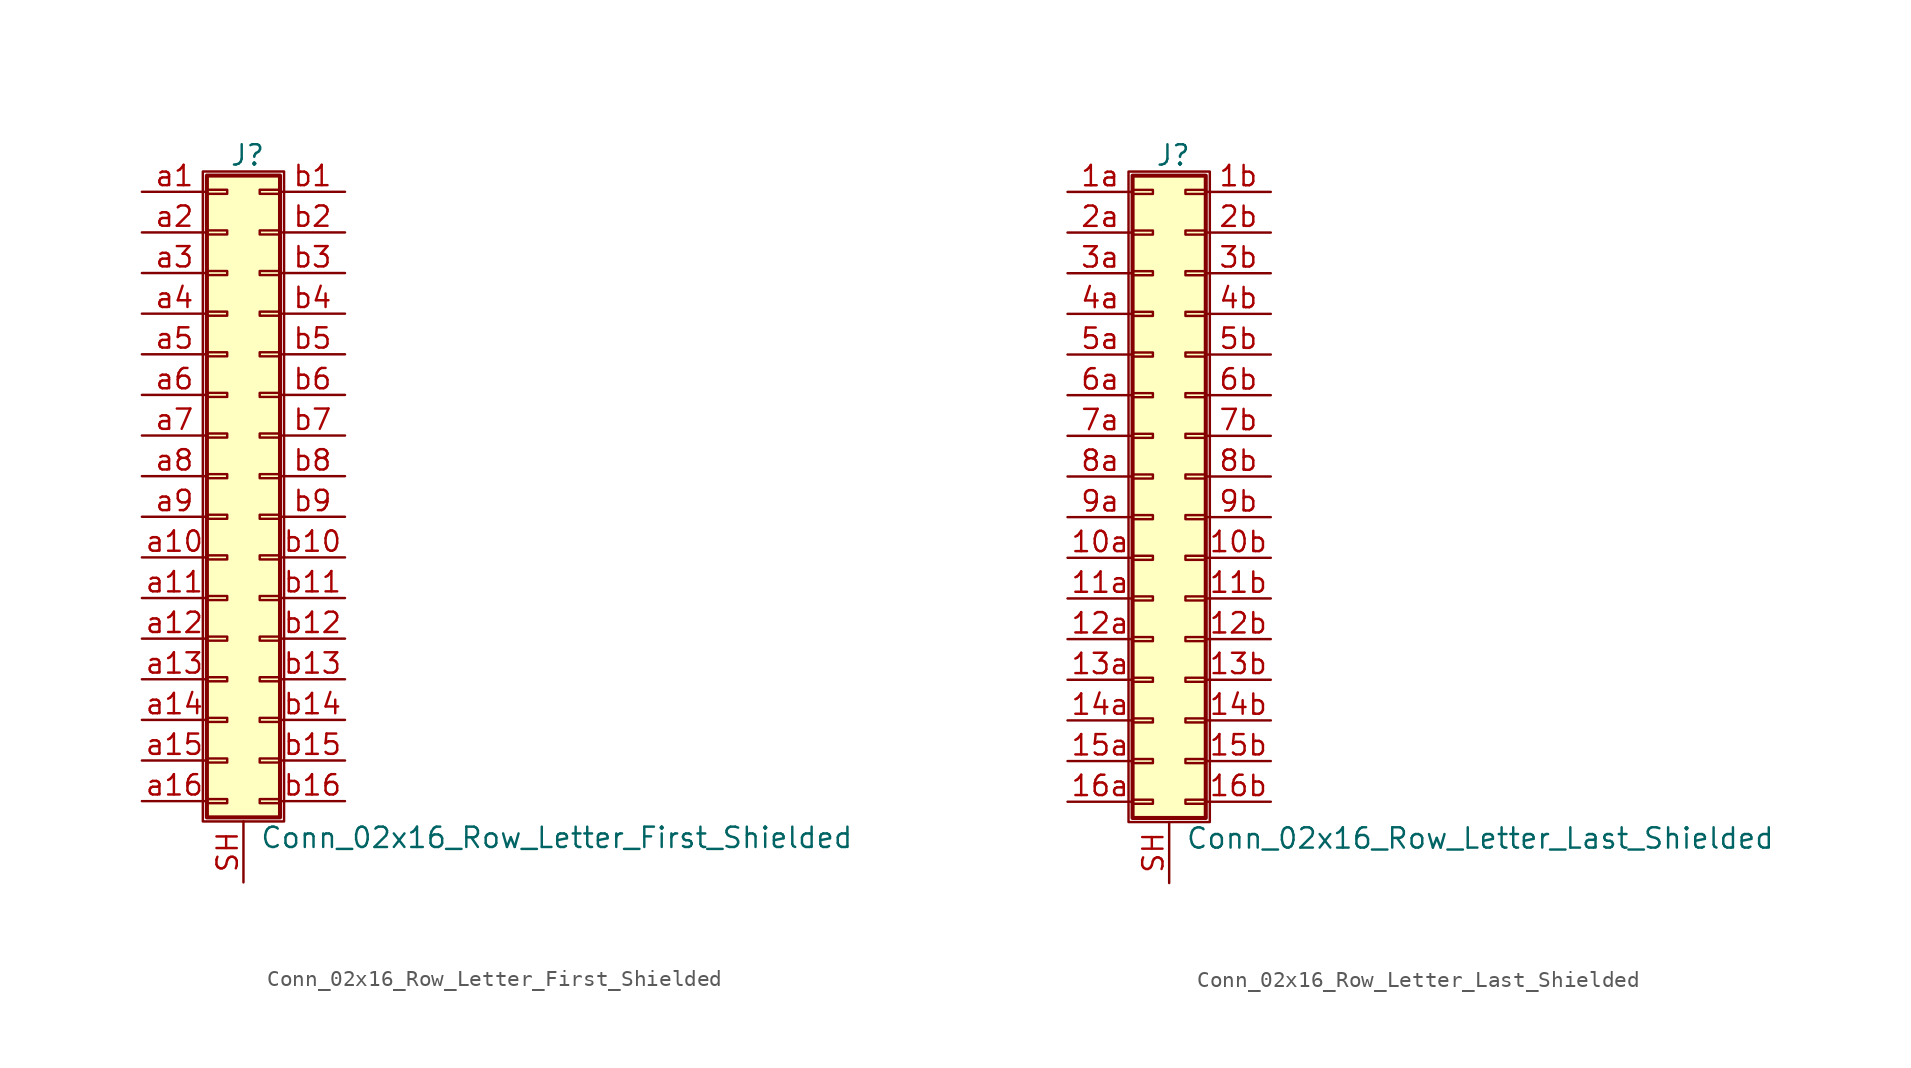
<source format=kicad_sym>
(kicad_symbol_lib
  (version 20211014)
  (generator kicad_symbol_editor)
  (symbol "Conn_02x16_Row_Letter_First_Shielded"
    (pin_names
      (offset 1.016) hide)
    (property "Reference" "J"
      (at 1.524 20.066 0)
      (effects (font (size 1.27 1.27))))
    (property "Value" "Conn_02x16_Row_Letter_First_Shielded"
      (at 2.286 -22.606 0)
      (effects (font (size 1.27 1.27)) (justify left)))
    (symbol "Conn_02x16_Row_Letter_First_Shielded_1_1"
      (rectangle (start -1.27 19.05) (end 3.81 -21.59) (stroke (width 0.152) (type default) (color 0 0 0 0)) (fill (type none)))
      (rectangle (start -1.016 -20.193) (end 0.254 -20.447) (stroke (width 0.152) (type default) (color 0 0 0 0)) (fill (type none)))
      (rectangle (start -1.016 -17.653) (end 0.254 -17.907) (stroke (width 0.152) (type default) (color 0 0 0 0)) (fill (type none)))
      (rectangle (start -1.016 -15.113) (end 0.254 -15.367) (stroke (width 0.152) (type default) (color 0 0 0 0)) (fill (type none)))
      (rectangle (start -1.016 -12.573) (end 0.254 -12.827) (stroke (width 0.152) (type default) (color 0 0 0 0)) (fill (type none)))
      (rectangle (start -1.016 -10.033) (end 0.254 -10.287) (stroke (width 0.152) (type default) (color 0 0 0 0)) (fill (type none)))
      (rectangle (start -1.016 -7.493) (end 0.254 -7.747) (stroke (width 0.152) (type default) (color 0 0 0 0)) (fill (type none)))
      (rectangle (start -1.016 -4.953) (end 0.254 -5.207) (stroke (width 0.152) (type default) (color 0 0 0 0)) (fill (type none)))
      (rectangle (start -1.016 -2.413) (end 0.254 -2.667) (stroke (width 0.152) (type default) (color 0 0 0 0)) (fill (type none)))
      (rectangle (start -1.016 0.127) (end 0.254 -0.127) (stroke (width 0.152) (type default) (color 0 0 0 0)) (fill (type none)))
      (rectangle (start -1.016 2.667) (end 0.254 2.413) (stroke (width 0.152) (type default) (color 0 0 0 0)) (fill (type none)))
      (rectangle (start -1.016 5.207) (end 0.254 4.953) (stroke (width 0.152) (type default) (color 0 0 0 0)) (fill (type none)))
      (rectangle (start -1.016 7.747) (end 0.254 7.493) (stroke (width 0.152) (type default) (color 0 0 0 0)) (fill (type none)))
      (rectangle (start -1.016 10.287) (end 0.254 10.033) (stroke (width 0.152) (type default) (color 0 0 0 0)) (fill (type none)))
      (rectangle (start -1.016 12.827) (end 0.254 12.573) (stroke (width 0.152) (type default) (color 0 0 0 0)) (fill (type none)))
      (rectangle (start -1.016 15.367) (end 0.254 15.113) (stroke (width 0.152) (type default) (color 0 0 0 0)) (fill (type none)))
      (rectangle (start -1.016 17.907) (end 0.254 17.653) (stroke (width 0.152) (type default) (color 0 0 0 0)) (fill (type none)))
      (rectangle (start -1.016 18.796) (end 3.556 -21.336) (stroke (width 0.254) (type default) (color 0 0 0 0)) (fill (type background)))
      (rectangle (start 3.556 -20.193) (end 2.286 -20.447) (stroke (width 0.152) (type default) (color 0 0 0 0)) (fill (type none)))
      (rectangle (start 3.556 -17.653) (end 2.286 -17.907) (stroke (width 0.152) (type default) (color 0 0 0 0)) (fill (type none)))
      (rectangle (start 3.556 -15.113) (end 2.286 -15.367) (stroke (width 0.152) (type default) (color 0 0 0 0)) (fill (type none)))
      (rectangle (start 3.556 -12.573) (end 2.286 -12.827) (stroke (width 0.152) (type default) (color 0 0 0 0)) (fill (type none)))
      (rectangle (start 3.556 -10.033) (end 2.286 -10.287) (stroke (width 0.152) (type default) (color 0 0 0 0)) (fill (type none)))
      (rectangle (start 3.556 -7.493) (end 2.286 -7.747) (stroke (width 0.152) (type default) (color 0 0 0 0)) (fill (type none)))
      (rectangle (start 3.556 -4.953) (end 2.286 -5.207) (stroke (width 0.152) (type default) (color 0 0 0 0)) (fill (type none)))
      (rectangle (start 3.556 -2.413) (end 2.286 -2.667) (stroke (width 0.152) (type default) (color 0 0 0 0)) (fill (type none)))
      (rectangle (start 3.556 0.127) (end 2.286 -0.127) (stroke (width 0.152) (type default) (color 0 0 0 0)) (fill (type none)))
      (rectangle (start 3.556 2.667) (end 2.286 2.413) (stroke (width 0.152) (type default) (color 0 0 0 0)) (fill (type none)))
      (rectangle (start 3.556 5.207) (end 2.286 4.953) (stroke (width 0.152) (type default) (color 0 0 0 0)) (fill (type none)))
      (rectangle (start 3.556 7.747) (end 2.286 7.493) (stroke (width 0.152) (type default) (color 0 0 0 0)) (fill (type none)))
      (rectangle (start 3.556 10.287) (end 2.286 10.033) (stroke (width 0.152) (type default) (color 0 0 0 0)) (fill (type none)))
      (rectangle (start 3.556 12.827) (end 2.286 12.573) (stroke (width 0.152) (type default) (color 0 0 0 0)) (fill (type none)))
      (rectangle (start 3.556 15.367) (end 2.286 15.113) (stroke (width 0.152) (type default) (color 0 0 0 0)) (fill (type none)))
      (rectangle (start 3.556 17.907) (end 2.286 17.653) (stroke (width 0.152) (type default) (color 0 0 0 0)) (fill (type none)))
      (pin passive line (at 1.27 -25.4 90) (length 3.81) (name "Shield" (effects (font (size 1.27 1.27)))) (number "SH" (effects (font (size 1.27 1.27)))))
      (pin passive line (at -5.08 17.78 0) (length 4.064) (name "Pin_a1" (effects (font (size 1.27 1.27)))) (number "a1" (effects (font (size 1.27 1.27)))))
      (pin passive line (at -5.08 -5.08 0) (length 4.064) (name "Pin_a10" (effects (font (size 1.27 1.27)))) (number "a10" (effects (font (size 1.27 1.27)))))
      (pin passive line (at -5.08 -7.62 0) (length 4.064) (name "Pin_a11" (effects (font (size 1.27 1.27)))) (number "a11" (effects (font (size 1.27 1.27)))))
      (pin passive line (at -5.08 -10.16 0) (length 4.064) (name "Pin_a12" (effects (font (size 1.27 1.27)))) (number "a12" (effects (font (size 1.27 1.27)))))
      (pin passive line (at -5.08 -12.7 0) (length 4.064) (name "Pin_a13" (effects (font (size 1.27 1.27)))) (number "a13" (effects (font (size 1.27 1.27)))))
      (pin passive line (at -5.08 -15.24 0) (length 4.064) (name "Pin_a14" (effects (font (size 1.27 1.27)))) (number "a14" (effects (font (size 1.27 1.27)))))
      (pin passive line (at -5.08 -17.78 0) (length 4.064) (name "Pin_a15" (effects (font (size 1.27 1.27)))) (number "a15" (effects (font (size 1.27 1.27)))))
      (pin passive line (at -5.08 -20.32 0) (length 4.064) (name "Pin_a16" (effects (font (size 1.27 1.27)))) (number "a16" (effects (font (size 1.27 1.27)))))
      (pin passive line (at -5.08 15.24 0) (length 4.064) (name "Pin_a2" (effects (font (size 1.27 1.27)))) (number "a2" (effects (font (size 1.27 1.27)))))
      (pin passive line (at -5.08 12.7 0) (length 4.064) (name "Pin_a3" (effects (font (size 1.27 1.27)))) (number "a3" (effects (font (size 1.27 1.27)))))
      (pin passive line (at -5.08 10.16 0) (length 4.064) (name "Pin_a4" (effects (font (size 1.27 1.27)))) (number "a4" (effects (font (size 1.27 1.27)))))
      (pin passive line (at -5.08 7.62 0) (length 4.064) (name "Pin_a5" (effects (font (size 1.27 1.27)))) (number "a5" (effects (font (size 1.27 1.27)))))
      (pin passive line (at -5.08 5.08 0) (length 4.064) (name "Pin_a6" (effects (font (size 1.27 1.27)))) (number "a6" (effects (font (size 1.27 1.27)))))
      (pin passive line (at -5.08 2.54 0) (length 4.064) (name "Pin_a7" (effects (font (size 1.27 1.27)))) (number "a7" (effects (font (size 1.27 1.27)))))
      (pin passive line (at -5.08 0 0) (length 4.064) (name "Pin_a8" (effects (font (size 1.27 1.27)))) (number "a8" (effects (font (size 1.27 1.27)))))
      (pin passive line (at -5.08 -2.54 0) (length 4.064) (name "Pin_a9" (effects (font (size 1.27 1.27)))) (number "a9" (effects (font (size 1.27 1.27)))))
      (pin passive line (at 7.62 17.78 180) (length 4.064) (name "Pin_b1" (effects (font (size 1.27 1.27)))) (number "b1" (effects (font (size 1.27 1.27)))))
      (pin passive line (at 7.62 -5.08 180) (length 4.064) (name "Pin_b10" (effects (font (size 1.27 1.27)))) (number "b10" (effects (font (size 1.27 1.27)))))
      (pin passive line (at 7.62 -7.62 180) (length 4.064) (name "Pin_b11" (effects (font (size 1.27 1.27)))) (number "b11" (effects (font (size 1.27 1.27)))))
      (pin passive line (at 7.62 -10.16 180) (length 4.064) (name "Pin_b12" (effects (font (size 1.27 1.27)))) (number "b12" (effects (font (size 1.27 1.27)))))
      (pin passive line (at 7.62 -12.7 180) (length 4.064) (name "Pin_b13" (effects (font (size 1.27 1.27)))) (number "b13" (effects (font (size 1.27 1.27)))))
      (pin passive line (at 7.62 -15.24 180) (length 4.064) (name "Pin_b14" (effects (font (size 1.27 1.27)))) (number "b14" (effects (font (size 1.27 1.27)))))
      (pin passive line (at 7.62 -17.78 180) (length 4.064) (name "Pin_b15" (effects (font (size 1.27 1.27)))) (number "b15" (effects (font (size 1.27 1.27)))))
      (pin passive line (at 7.62 -20.32 180) (length 4.064) (name "Pin_b16" (effects (font (size 1.27 1.27)))) (number "b16" (effects (font (size 1.27 1.27)))))
      (pin passive line (at 7.62 15.24 180) (length 4.064) (name "Pin_b2" (effects (font (size 1.27 1.27)))) (number "b2" (effects (font (size 1.27 1.27)))))
      (pin passive line (at 7.62 12.7 180) (length 4.064) (name "Pin_b3" (effects (font (size 1.27 1.27)))) (number "b3" (effects (font (size 1.27 1.27)))))
      (pin passive line (at 7.62 10.16 180) (length 4.064) (name "Pin_b4" (effects (font (size 1.27 1.27)))) (number "b4" (effects (font (size 1.27 1.27)))))
      (pin passive line (at 7.62 7.62 180) (length 4.064) (name "Pin_b5" (effects (font (size 1.27 1.27)))) (number "b5" (effects (font (size 1.27 1.27)))))
      (pin passive line (at 7.62 5.08 180) (length 4.064) (name "Pin_b6" (effects (font (size 1.27 1.27)))) (number "b6" (effects (font (size 1.27 1.27)))))
      (pin passive line (at 7.62 2.54 180) (length 4.064) (name "Pin_b7" (effects (font (size 1.27 1.27)))) (number "b7" (effects (font (size 1.27 1.27)))))
      (pin passive line (at 7.62 0 180) (length 4.064) (name "Pin_b8" (effects (font (size 1.27 1.27)))) (number "b8" (effects (font (size 1.27 1.27)))))
      (pin passive line (at 7.62 -2.54 180) (length 4.064) (name "Pin_b9" (effects (font (size 1.27 1.27)))) (number "b9" (effects (font (size 1.27 1.27)))))))
  (symbol "Conn_02x16_Row_Letter_Last_Shielded"
    (pin_names
      (offset 1.016) hide)
    (property "Reference" "J"
      (at 1.524 20.066 0)
      (effects (font (size 1.27 1.27))))
    (property "Value" "Conn_02x16_Row_Letter_Last_Shielded"
      (at 2.286 -22.606 0)
      (effects (font (size 1.27 1.27)) (justify left)))
    (symbol "Conn_02x16_Row_Letter_Last_Shielded_1_1"
      (rectangle (start -1.27 19.05) (end 3.81 -21.59) (stroke (width 0.152) (type default) (color 0 0 0 0)) (fill (type none)))
      (rectangle (start -1.016 -20.193) (end 0.254 -20.447) (stroke (width 0.152) (type default) (color 0 0 0 0)) (fill (type none)))
      (rectangle (start -1.016 -17.653) (end 0.254 -17.907) (stroke (width 0.152) (type default) (color 0 0 0 0)) (fill (type none)))
      (rectangle (start -1.016 -15.113) (end 0.254 -15.367) (stroke (width 0.152) (type default) (color 0 0 0 0)) (fill (type none)))
      (rectangle (start -1.016 -12.573) (end 0.254 -12.827) (stroke (width 0.152) (type default) (color 0 0 0 0)) (fill (type none)))
      (rectangle (start -1.016 -10.033) (end 0.254 -10.287) (stroke (width 0.152) (type default) (color 0 0 0 0)) (fill (type none)))
      (rectangle (start -1.016 -7.493) (end 0.254 -7.747) (stroke (width 0.152) (type default) (color 0 0 0 0)) (fill (type none)))
      (rectangle (start -1.016 -4.953) (end 0.254 -5.207) (stroke (width 0.152) (type default) (color 0 0 0 0)) (fill (type none)))
      (rectangle (start -1.016 -2.413) (end 0.254 -2.667) (stroke (width 0.152) (type default) (color 0 0 0 0)) (fill (type none)))
      (rectangle (start -1.016 0.127) (end 0.254 -0.127) (stroke (width 0.152) (type default) (color 0 0 0 0)) (fill (type none)))
      (rectangle (start -1.016 2.667) (end 0.254 2.413) (stroke (width 0.152) (type default) (color 0 0 0 0)) (fill (type none)))
      (rectangle (start -1.016 5.207) (end 0.254 4.953) (stroke (width 0.152) (type default) (color 0 0 0 0)) (fill (type none)))
      (rectangle (start -1.016 7.747) (end 0.254 7.493) (stroke (width 0.152) (type default) (color 0 0 0 0)) (fill (type none)))
      (rectangle (start -1.016 10.287) (end 0.254 10.033) (stroke (width 0.152) (type default) (color 0 0 0 0)) (fill (type none)))
      (rectangle (start -1.016 12.827) (end 0.254 12.573) (stroke (width 0.152) (type default) (color 0 0 0 0)) (fill (type none)))
      (rectangle (start -1.016 15.367) (end 0.254 15.113) (stroke (width 0.152) (type default) (color 0 0 0 0)) (fill (type none)))
      (rectangle (start -1.016 17.907) (end 0.254 17.653) (stroke (width 0.152) (type default) (color 0 0 0 0)) (fill (type none)))
      (rectangle (start -1.016 18.796) (end 3.556 -21.336) (stroke (width 0.254) (type default) (color 0 0 0 0)) (fill (type background)))
      (rectangle (start 3.556 -20.193) (end 2.286 -20.447) (stroke (width 0.152) (type default) (color 0 0 0 0)) (fill (type none)))
      (rectangle (start 3.556 -17.653) (end 2.286 -17.907) (stroke (width 0.152) (type default) (color 0 0 0 0)) (fill (type none)))
      (rectangle (start 3.556 -15.113) (end 2.286 -15.367) (stroke (width 0.152) (type default) (color 0 0 0 0)) (fill (type none)))
      (rectangle (start 3.556 -12.573) (end 2.286 -12.827) (stroke (width 0.152) (type default) (color 0 0 0 0)) (fill (type none)))
      (rectangle (start 3.556 -10.033) (end 2.286 -10.287) (stroke (width 0.152) (type default) (color 0 0 0 0)) (fill (type none)))
      (rectangle (start 3.556 -7.493) (end 2.286 -7.747) (stroke (width 0.152) (type default) (color 0 0 0 0)) (fill (type none)))
      (rectangle (start 3.556 -4.953) (end 2.286 -5.207) (stroke (width 0.152) (type default) (color 0 0 0 0)) (fill (type none)))
      (rectangle (start 3.556 -2.413) (end 2.286 -2.667) (stroke (width 0.152) (type default) (color 0 0 0 0)) (fill (type none)))
      (rectangle (start 3.556 0.127) (end 2.286 -0.127) (stroke (width 0.152) (type default) (color 0 0 0 0)) (fill (type none)))
      (rectangle (start 3.556 2.667) (end 2.286 2.413) (stroke (width 0.152) (type default) (color 0 0 0 0)) (fill (type none)))
      (rectangle (start 3.556 5.207) (end 2.286 4.953) (stroke (width 0.152) (type default) (color 0 0 0 0)) (fill (type none)))
      (rectangle (start 3.556 7.747) (end 2.286 7.493) (stroke (width 0.152) (type default) (color 0 0 0 0)) (fill (type none)))
      (rectangle (start 3.556 10.287) (end 2.286 10.033) (stroke (width 0.152) (type default) (color 0 0 0 0)) (fill (type none)))
      (rectangle (start 3.556 12.827) (end 2.286 12.573) (stroke (width 0.152) (type default) (color 0 0 0 0)) (fill (type none)))
      (rectangle (start 3.556 15.367) (end 2.286 15.113) (stroke (width 0.152) (type default) (color 0 0 0 0)) (fill (type none)))
      (rectangle (start 3.556 17.907) (end 2.286 17.653) (stroke (width 0.152) (type default) (color 0 0 0 0)) (fill (type none)))
      (pin passive line (at -5.08 -5.08 0) (length 4.064) (name "Pin_10a" (effects (font (size 1.27 1.27)))) (number "10a" (effects (font (size 1.27 1.27)))))
      (pin passive line (at 7.62 -5.08 180) (length 4.064) (name "Pin_10b" (effects (font (size 1.27 1.27)))) (number "10b" (effects (font (size 1.27 1.27)))))
      (pin passive line (at -5.08 -7.62 0) (length 4.064) (name "Pin_11a" (effects (font (size 1.27 1.27)))) (number "11a" (effects (font (size 1.27 1.27)))))
      (pin passive line (at 7.62 -7.62 180) (length 4.064) (name "Pin_11b" (effects (font (size 1.27 1.27)))) (number "11b" (effects (font (size 1.27 1.27)))))
      (pin passive line (at -5.08 -10.16 0) (length 4.064) (name "Pin_12a" (effects (font (size 1.27 1.27)))) (number "12a" (effects (font (size 1.27 1.27)))))
      (pin passive line (at 7.62 -10.16 180) (length 4.064) (name "Pin_12b" (effects (font (size 1.27 1.27)))) (number "12b" (effects (font (size 1.27 1.27)))))
      (pin passive line (at -5.08 -12.7 0) (length 4.064) (name "Pin_13a" (effects (font (size 1.27 1.27)))) (number "13a" (effects (font (size 1.27 1.27)))))
      (pin passive line (at 7.62 -12.7 180) (length 4.064) (name "Pin_13b" (effects (font (size 1.27 1.27)))) (number "13b" (effects (font (size 1.27 1.27)))))
      (pin passive line (at -5.08 -15.24 0) (length 4.064) (name "Pin_14a" (effects (font (size 1.27 1.27)))) (number "14a" (effects (font (size 1.27 1.27)))))
      (pin passive line (at 7.62 -15.24 180) (length 4.064) (name "Pin_14b" (effects (font (size 1.27 1.27)))) (number "14b" (effects (font (size 1.27 1.27)))))
      (pin passive line (at -5.08 -17.78 0) (length 4.064) (name "Pin_15a" (effects (font (size 1.27 1.27)))) (number "15a" (effects (font (size 1.27 1.27)))))
      (pin passive line (at 7.62 -17.78 180) (length 4.064) (name "Pin_15b" (effects (font (size 1.27 1.27)))) (number "15b" (effects (font (size 1.27 1.27)))))
      (pin passive line (at -5.08 -20.32 0) (length 4.064) (name "Pin_16a" (effects (font (size 1.27 1.27)))) (number "16a" (effects (font (size 1.27 1.27)))))
      (pin passive line (at 7.62 -20.32 180) (length 4.064) (name "Pin_16b" (effects (font (size 1.27 1.27)))) (number "16b" (effects (font (size 1.27 1.27)))))
      (pin passive line (at -5.08 17.78 0) (length 4.064) (name "Pin_1a" (effects (font (size 1.27 1.27)))) (number "1a" (effects (font (size 1.27 1.27)))))
      (pin passive line (at 7.62 17.78 180) (length 4.064) (name "Pin_1b" (effects (font (size 1.27 1.27)))) (number "1b" (effects (font (size 1.27 1.27)))))
      (pin passive line (at -5.08 15.24 0) (length 4.064) (name "Pin_2a" (effects (font (size 1.27 1.27)))) (number "2a" (effects (font (size 1.27 1.27)))))
      (pin passive line (at 7.62 15.24 180) (length 4.064) (name "Pin_2b" (effects (font (size 1.27 1.27)))) (number "2b" (effects (font (size 1.27 1.27)))))
      (pin passive line (at -5.08 12.7 0) (length 4.064) (name "Pin_3a" (effects (font (size 1.27 1.27)))) (number "3a" (effects (font (size 1.27 1.27)))))
      (pin passive line (at 7.62 12.7 180) (length 4.064) (name "Pin_3b" (effects (font (size 1.27 1.27)))) (number "3b" (effects (font (size 1.27 1.27)))))
      (pin passive line (at -5.08 10.16 0) (length 4.064) (name "Pin_4a" (effects (font (size 1.27 1.27)))) (number "4a" (effects (font (size 1.27 1.27)))))
      (pin passive line (at 7.62 10.16 180) (length 4.064) (name "Pin_4b" (effects (font (size 1.27 1.27)))) (number "4b" (effects (font (size 1.27 1.27)))))
      (pin passive line (at -5.08 7.62 0) (length 4.064) (name "Pin_5a" (effects (font (size 1.27 1.27)))) (number "5a" (effects (font (size 1.27 1.27)))))
      (pin passive line (at 7.62 7.62 180) (length 4.064) (name "Pin_5b" (effects (font (size 1.27 1.27)))) (number "5b" (effects (font (size 1.27 1.27)))))
      (pin passive line (at -5.08 5.08 0) (length 4.064) (name "Pin_6a" (effects (font (size 1.27 1.27)))) (number "6a" (effects (font (size 1.27 1.27)))))
      (pin passive line (at 7.62 5.08 180) (length 4.064) (name "Pin_6b" (effects (font (size 1.27 1.27)))) (number "6b" (effects (font (size 1.27 1.27)))))
      (pin passive line (at -5.08 2.54 0) (length 4.064) (name "Pin_7a" (effects (font (size 1.27 1.27)))) (number "7a" (effects (font (size 1.27 1.27)))))
      (pin passive line (at 7.62 2.54 180) (length 4.064) (name "Pin_7b" (effects (font (size 1.27 1.27)))) (number "7b" (effects (font (size 1.27 1.27)))))
      (pin passive line (at -5.08 0 0) (length 4.064) (name "Pin_8a" (effects (font (size 1.27 1.27)))) (number "8a" (effects (font (size 1.27 1.27)))))
      (pin passive line (at 7.62 0 180) (length 4.064) (name "Pin_8b" (effects (font (size 1.27 1.27)))) (number "8b" (effects (font (size 1.27 1.27)))))
      (pin passive line (at -5.08 -2.54 0) (length 4.064) (name "Pin_9a" (effects (font (size 1.27 1.27)))) (number "9a" (effects (font (size 1.27 1.27)))))
      (pin passive line (at 7.62 -2.54 180) (length 4.064) (name "Pin_9b" (effects (font (size 1.27 1.27)))) (number "9b" (effects (font (size 1.27 1.27)))))
      (pin passive line (at 1.27 -25.4 90) (length 3.81) (name "Shield" (effects (font (size 1.27 1.27)))) (number "SH" (effects (font (size 1.27 1.27))))))))
</source>
